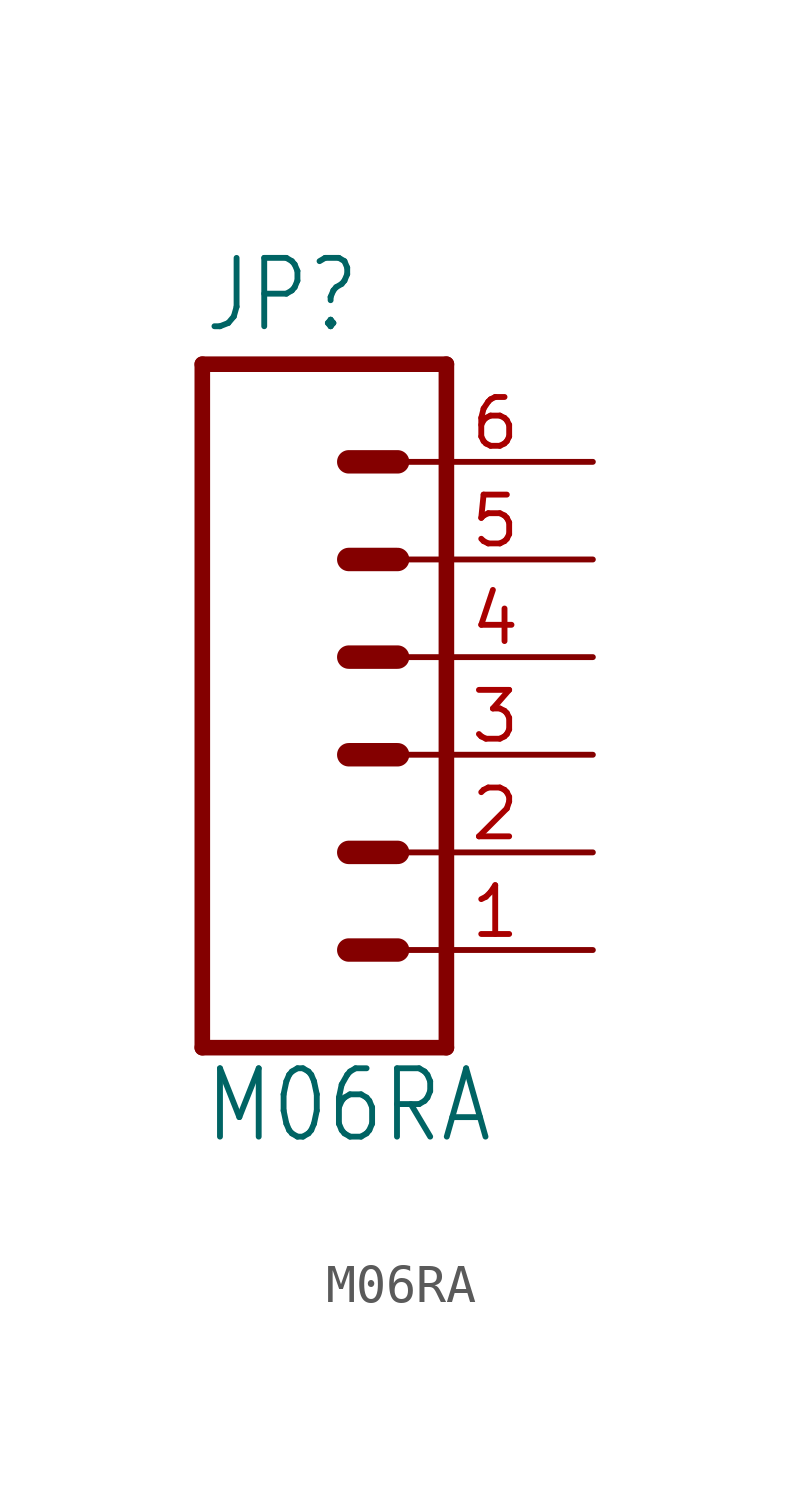
<source format=kicad_sym>
(kicad_symbol_lib
  (version 20211014)
  (generator kicad_symbol_editor)
  (symbol "M06RA"
    (property "Reference" "JP"
      (at -5.08 10.922 0)
      (effects (font (size 1.778 1.511)) (justify left bottom)))
    (property "Value" "M06RA"
      (at -5.08 -10.16 0)
      (effects (font (size 1.778 1.511)) (justify left bottom)))
    (property "ki_locked" ""
      (at 0 0 0)
      (effects (font (size 1.27 1.27))))
    (symbol "M06RA_1_0"
      (polyline (pts (xy -5.08 10.16) (xy -5.08 -7.62)) (stroke (width 0.406) (type default) (color 0 0 0 0)) (fill (type none)))
      (polyline (pts (xy -5.08 10.16) (xy 1.27 10.16)) (stroke (width 0.406) (type default) (color 0 0 0 0)) (fill (type none)))
      (polyline (pts (xy -1.27 -5.08) (xy 0 -5.08)) (stroke (width 0.61) (type default) (color 0 0 0 0)) (fill (type none)))
      (polyline (pts (xy -1.27 -2.54) (xy 0 -2.54)) (stroke (width 0.61) (type default) (color 0 0 0 0)) (fill (type none)))
      (polyline (pts (xy -1.27 0) (xy 0 0)) (stroke (width 0.61) (type default) (color 0 0 0 0)) (fill (type none)))
      (polyline (pts (xy -1.27 2.54) (xy 0 2.54)) (stroke (width 0.61) (type default) (color 0 0 0 0)) (fill (type none)))
      (polyline (pts (xy -1.27 5.08) (xy 0 5.08)) (stroke (width 0.61) (type default) (color 0 0 0 0)) (fill (type none)))
      (polyline (pts (xy -1.27 7.62) (xy 0 7.62)) (stroke (width 0.61) (type default) (color 0 0 0 0)) (fill (type none)))
      (polyline (pts (xy 1.27 -7.62) (xy -5.08 -7.62)) (stroke (width 0.406) (type default) (color 0 0 0 0)) (fill (type none)))
      (polyline (pts (xy 1.27 -7.62) (xy 1.27 10.16)) (stroke (width 0.406) (type default) (color 0 0 0 0)) (fill (type none)))
      (pin passive line (at 5.08 -5.08 180) (length 5.08) (name "1" (effects (font (size 0 0)))) (number "1" (effects (font (size 1.27 1.27)))))
      (pin passive line (at 5.08 -2.54 180) (length 5.08) (name "2" (effects (font (size 0 0)))) (number "2" (effects (font (size 1.27 1.27)))))
      (pin passive line (at 5.08 0 180) (length 5.08) (name "3" (effects (font (size 0 0)))) (number "3" (effects (font (size 1.27 1.27)))))
      (pin passive line (at 5.08 2.54 180) (length 5.08) (name "4" (effects (font (size 0 0)))) (number "4" (effects (font (size 1.27 1.27)))))
      (pin passive line (at 5.08 5.08 180) (length 5.08) (name "5" (effects (font (size 0 0)))) (number "5" (effects (font (size 1.27 1.27)))))
      (pin passive line (at 5.08 7.62 180) (length 5.08) (name "6" (effects (font (size 0 0)))) (number "6" (effects (font (size 1.27 1.27))))))))
</source>
